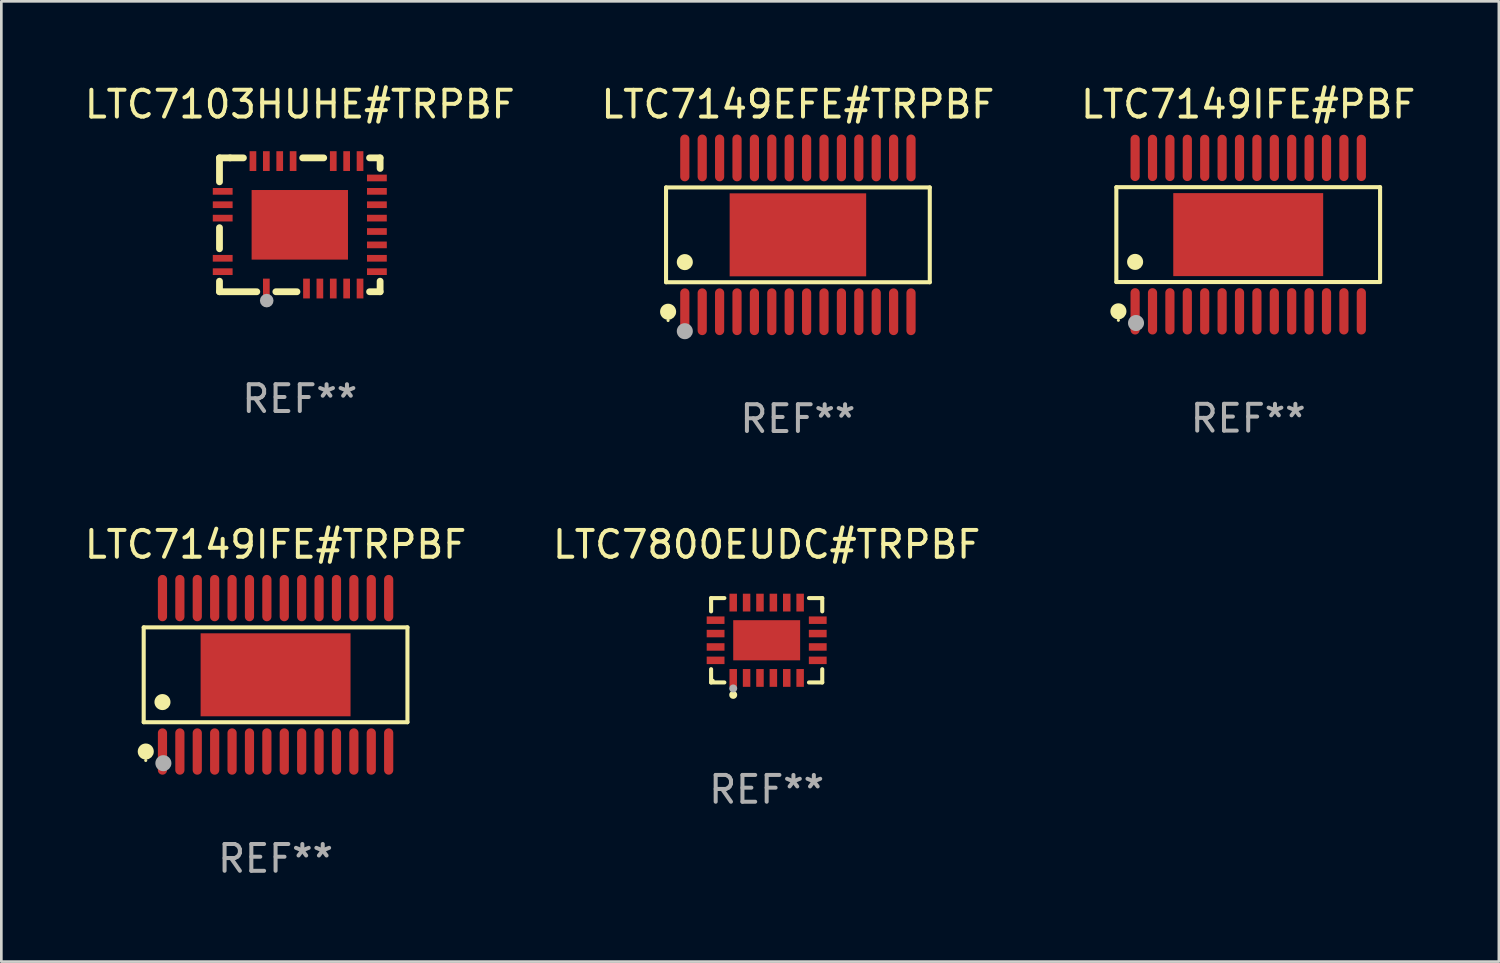
<source format=kicad_pcb>
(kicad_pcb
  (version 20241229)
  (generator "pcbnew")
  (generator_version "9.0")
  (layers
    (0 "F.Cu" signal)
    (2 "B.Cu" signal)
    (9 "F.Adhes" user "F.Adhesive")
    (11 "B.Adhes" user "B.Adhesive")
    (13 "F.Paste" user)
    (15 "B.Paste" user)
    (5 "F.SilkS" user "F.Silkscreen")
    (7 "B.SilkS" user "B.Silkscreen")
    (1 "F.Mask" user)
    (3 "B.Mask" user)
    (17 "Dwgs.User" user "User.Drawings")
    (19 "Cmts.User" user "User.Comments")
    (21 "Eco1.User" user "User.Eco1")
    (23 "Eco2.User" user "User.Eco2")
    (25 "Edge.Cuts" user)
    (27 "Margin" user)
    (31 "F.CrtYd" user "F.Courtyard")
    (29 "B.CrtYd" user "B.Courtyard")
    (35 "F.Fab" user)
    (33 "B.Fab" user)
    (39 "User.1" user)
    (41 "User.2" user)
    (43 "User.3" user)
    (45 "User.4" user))
  (footprint "LTC7149IFE#PBF"
    (layer "F.Cu")
    (at 43.577 5.714)
    (property "Reference" "LTC7149IFE#PBF" (at 0 -4.866 0) (layer "F.SilkS") (effects (font (size 1 1) (thickness 0.15))))
    (attr through_hole)
    (fp_line (start -4.926 -1.772) (end 4.926 -1.772) (stroke (width 0.152) (type solid)) (layer "F.SilkS"))
    (fp_line (start -4.926 1.771) (end -4.926 -1.772) (stroke (width 0.152) (type solid)) (layer "F.SilkS"))
    (fp_line (start 4.926 -1.772) (end 4.926 1.771) (stroke (width 0.152) (type solid)) (layer "F.SilkS"))
    (fp_line (start 4.926 1.771) (end -4.926 1.771) (stroke (width 0.152) (type solid)) (layer "F.SilkS"))
    (fp_circle (center -4.85 3.2) (end -4.82 3.2) (stroke (width 0.06) (type solid)) (fill no) (layer "F.SilkS"))
    (fp_circle (center -4.849 2.866) (end -4.699 2.866) (stroke (width 0.3) (type solid)) (fill no) (layer "F.SilkS"))
    (fp_circle (center -4.225 1.019) (end -4.075 1.019) (stroke (width 0.3) (type solid)) (fill no) (layer "F.SilkS"))
    (fp_circle (center -4.191 3.302) (end -4.041 3.302) (stroke (width 0.3) (type solid)) (fill no) (layer "F.Fab"))
    (fp_text user "REF**" (at 0 6.866 0) (layer "F.Fab") (effects (font (size 1 1) (thickness 0.15))))
    (pad "1" smd oval (at -4.225 2.866) (size 0.343 1.731) (layers "F.Cu" "F.Mask" "F.Paste"))
    (pad "2" smd oval (at -3.575 2.866) (size 0.343 1.731) (layers "F.Cu" "F.Mask" "F.Paste"))
    (pad "3" smd oval (at -2.925 2.866) (size 0.343 1.731) (layers "F.Cu" "F.Mask" "F.Paste"))
    (pad "4" smd oval (at -2.275 2.866) (size 0.343 1.731) (layers "F.Cu" "F.Mask" "F.Paste"))
    (pad "5" smd oval (at -1.625 2.866) (size 0.343 1.731) (layers "F.Cu" "F.Mask" "F.Paste"))
    (pad "6" smd oval (at -0.975 2.866) (size 0.343 1.731) (layers "F.Cu" "F.Mask" "F.Paste"))
    (pad "7" smd oval (at -0.325 2.866) (size 0.343 1.731) (layers "F.Cu" "F.Mask" "F.Paste"))
    (pad "8" smd oval (at 0.325 2.866) (size 0.343 1.731) (layers "F.Cu" "F.Mask" "F.Paste"))
    (pad "9" smd oval (at 0.975 2.866) (size 0.343 1.731) (layers "F.Cu" "F.Mask" "F.Paste"))
    (pad "10" smd oval (at 1.625 2.866) (size 0.343 1.731) (layers "F.Cu" "F.Mask" "F.Paste"))
    (pad "11" smd oval (at 2.275 2.866) (size 0.343 1.731) (layers "F.Cu" "F.Mask" "F.Paste"))
    (pad "12" smd oval (at 2.925 2.866) (size 0.343 1.731) (layers "F.Cu" "F.Mask" "F.Paste"))
    (pad "13" smd oval (at 3.575 2.866) (size 0.343 1.731) (layers "F.Cu" "F.Mask" "F.Paste"))
    (pad "14" smd oval (at 4.225 2.866) (size 0.343 1.731) (layers "F.Cu" "F.Mask" "F.Paste"))
    (pad "15" smd oval (at 4.225 -2.866) (size 0.343 1.731) (layers "F.Cu" "F.Mask" "F.Paste"))
    (pad "16" smd oval (at 3.575 -2.866) (size 0.343 1.731) (layers "F.Cu" "F.Mask" "F.Paste"))
    (pad "17" smd oval (at 2.925 -2.866) (size 0.343 1.731) (layers "F.Cu" "F.Mask" "F.Paste"))
    (pad "18" smd oval (at 2.275 -2.866) (size 0.343 1.731) (layers "F.Cu" "F.Mask" "F.Paste"))
    (pad "19" smd oval (at 1.625 -2.866) (size 0.343 1.731) (layers "F.Cu" "F.Mask" "F.Paste"))
    (pad "20" smd oval (at 0.975 -2.866) (size 0.343 1.731) (layers "F.Cu" "F.Mask" "F.Paste"))
    (pad "21" smd oval (at 0.325 -2.866) (size 0.343 1.731) (layers "F.Cu" "F.Mask" "F.Paste"))
    (pad "22" smd oval (at -0.325 -2.866) (size 0.343 1.731) (layers "F.Cu" "F.Mask" "F.Paste"))
    (pad "23" smd oval (at -0.975 -2.866) (size 0.343 1.731) (layers "F.Cu" "F.Mask" "F.Paste"))
    (pad "24" smd oval (at -1.625 -2.866) (size 0.343 1.731) (layers "F.Cu" "F.Mask" "F.Paste"))
    (pad "25" smd oval (at -2.275 -2.866) (size 0.343 1.731) (layers "F.Cu" "F.Mask" "F.Paste"))
    (pad "26" smd oval (at -2.925 -2.866) (size 0.343 1.731) (layers "F.Cu" "F.Mask" "F.Paste"))
    (pad "27" smd oval (at -3.575 -2.866) (size 0.343 1.731) (layers "F.Cu" "F.Mask" "F.Paste"))
    (pad "28" smd oval (at -4.225 -2.866) (size 0.343 1.731) (layers "F.Cu" "F.Mask" "F.Paste"))
    (pad "29" smd rect (at 0 0.000127) (size 5.6 3.1) (layers "F.Cu" "F.Mask" "F.Paste")))
  (footprint "LTC7800EUDC#TRPBF"
    (layer "F.Cu")
    (at 25.589 20.867)
    (property "Reference" "LTC7800EUDC#TRPBF" (at 0 -3.576 0) (layer "F.SilkS") (effects (font (size 1 1) (thickness 0.15))))
    (attr through_hole)
    (fp_line (start -2.076 -1.576) (end -1.58 -1.576) (stroke (width 0.152) (type solid)) (layer "F.SilkS"))
    (fp_line (start -2.076 -1.08) (end -2.076 -1.576) (stroke (width 0.152) (type solid)) (layer "F.SilkS"))
    (fp_line (start -2.076 1.08) (end -2.076 1.576) (stroke (width 0.152) (type solid)) (layer "F.SilkS"))
    (fp_line (start -2.076 1.576) (end -1.58 1.576) (stroke (width 0.152) (type solid)) (layer "F.SilkS"))
    (fp_line (start 2.076 -1.576) (end 1.58 -1.576) (stroke (width 0.152) (type solid)) (layer "F.SilkS"))
    (fp_line (start 2.076 -1.08) (end 2.076 -1.576) (stroke (width 0.152) (type solid)) (layer "F.SilkS"))
    (fp_line (start 2.076 1.08) (end 2.076 1.576) (stroke (width 0.152) (type solid)) (layer "F.SilkS"))
    (fp_line (start 2.076 1.576) (end 1.58 1.576) (stroke (width 0.152) (type solid)) (layer "F.SilkS"))
    (fp_circle (center -2 1.5) (end -1.97 1.5) (stroke (width 0.06) (type solid)) (fill no) (layer "F.SilkS"))
    (fp_circle (center -1.25 2.04) (end -1.175 2.04) (stroke (width 0.15) (type solid)) (fill no) (layer "F.SilkS"))
    (fp_circle (center -1.25 1.8) (end -1.175 1.8) (stroke (width 0.15) (type solid)) (fill no) (layer "F.Fab"))
    (fp_text user "REF**" (at 0 5.576 0) (layer "F.Fab") (effects (font (size 1 1) (thickness 0.15))))
    (pad "1" smd rect (at -1.25 1.407) (size 0.28 0.665) (layers "F.Cu" "F.Mask" "F.Paste"))
    (pad "2" smd rect (at -0.75 1.407) (size 0.28 0.665) (layers "F.Cu" "F.Mask" "F.Paste"))
    (pad "3" smd rect (at -0.25 1.407) (size 0.28 0.665) (layers "F.Cu" "F.Mask" "F.Paste"))
    (pad "4" smd rect (at 0.25 1.407) (size 0.28 0.665) (layers "F.Cu" "F.Mask" "F.Paste"))
    (pad "5" smd rect (at 0.75 1.407) (size 0.28 0.665) (layers "F.Cu" "F.Mask" "F.Paste"))
    (pad "6" smd rect (at 1.25 1.407) (size 0.28 0.665) (layers "F.Cu" "F.Mask" "F.Paste"))
    (pad "7" smd rect (at 1.908 0.75) (size 0.665 0.28) (layers "F.Cu" "F.Mask" "F.Paste"))
    (pad "8" smd rect (at 1.908 0.25) (size 0.665 0.28) (layers "F.Cu" "F.Mask" "F.Paste"))
    (pad "9" smd rect (at 1.908 -0.25) (size 0.665 0.28) (layers "F.Cu" "F.Mask" "F.Paste"))
    (pad "10" smd rect (at 1.908 -0.75) (size 0.665 0.28) (layers "F.Cu" "F.Mask" "F.Paste"))
    (pad "11" smd rect (at 1.25 -1.407) (size 0.28 0.665) (layers "F.Cu" "F.Mask" "F.Paste"))
    (pad "12" smd rect (at 0.75 -1.407) (size 0.28 0.665) (layers "F.Cu" "F.Mask" "F.Paste"))
    (pad "13" smd rect (at 0.25 -1.407) (size 0.28 0.665) (layers "F.Cu" "F.Mask" "F.Paste"))
    (pad "14" smd rect (at -0.25 -1.407) (size 0.28 0.665) (layers "F.Cu" "F.Mask" "F.Paste"))
    (pad "15" smd rect (at -0.75 -1.407) (size 0.28 0.665) (layers "F.Cu" "F.Mask" "F.Paste"))
    (pad "16" smd rect (at -1.25 -1.407) (size 0.28 0.665) (layers "F.Cu" "F.Mask" "F.Paste"))
    (pad "17" smd rect (at -1.908 -0.75) (size 0.665 0.28) (layers "F.Cu" "F.Mask" "F.Paste"))
    (pad "18" smd rect (at -1.908 -0.25) (size 0.665 0.28) (layers "F.Cu" "F.Mask" "F.Paste"))
    (pad "19" smd rect (at -1.908 0.25) (size 0.665 0.28) (layers "F.Cu" "F.Mask" "F.Paste"))
    (pad "20" smd rect (at -1.908 0.75) (size 0.665 0.28) (layers "F.Cu" "F.Mask" "F.Paste"))
    (pad "21" smd rect (at 0 0) (size 2.5 1.5) (layers "F.Cu" "F.Mask" "F.Paste")))
  (footprint "LTC7149IFE#TRPBF"
    (layer "F.Cu")
    (at 7.244 22.157)
    (property "Reference" "LTC7149IFE#TRPBF" (at 0 -4.866 0) (layer "F.SilkS") (effects (font (size 1 1) (thickness 0.15))))
    (attr through_hole)
    (fp_line (start -4.926 -1.772) (end 4.926 -1.772) (stroke (width 0.152) (type solid)) (layer "F.SilkS"))
    (fp_line (start -4.926 1.771) (end -4.926 -1.772) (stroke (width 0.152) (type solid)) (layer "F.SilkS"))
    (fp_line (start 4.926 -1.772) (end 4.926 1.771) (stroke (width 0.152) (type solid)) (layer "F.SilkS"))
    (fp_line (start 4.926 1.771) (end -4.926 1.771) (stroke (width 0.152) (type solid)) (layer "F.SilkS"))
    (fp_circle (center -4.85 3.2) (end -4.82 3.2) (stroke (width 0.06) (type solid)) (fill no) (layer "F.SilkS"))
    (fp_circle (center -4.849 2.866) (end -4.699 2.866) (stroke (width 0.3) (type solid)) (fill no) (layer "F.SilkS"))
    (fp_circle (center -4.225 1.019) (end -4.075 1.019) (stroke (width 0.3) (type solid)) (fill no) (layer "F.SilkS"))
    (fp_circle (center -4.191 3.302) (end -4.041 3.302) (stroke (width 0.3) (type solid)) (fill no) (layer "F.Fab"))
    (fp_text user "REF**" (at 0 6.866 0) (layer "F.Fab") (effects (font (size 1 1) (thickness 0.15))))
    (pad "1" smd oval (at -4.225 2.866) (size 0.343 1.731) (layers "F.Cu" "F.Mask" "F.Paste"))
    (pad "2" smd oval (at -3.575 2.866) (size 0.343 1.731) (layers "F.Cu" "F.Mask" "F.Paste"))
    (pad "3" smd oval (at -2.925 2.866) (size 0.343 1.731) (layers "F.Cu" "F.Mask" "F.Paste"))
    (pad "4" smd oval (at -2.275 2.866) (size 0.343 1.731) (layers "F.Cu" "F.Mask" "F.Paste"))
    (pad "5" smd oval (at -1.625 2.866) (size 0.343 1.731) (layers "F.Cu" "F.Mask" "F.Paste"))
    (pad "6" smd oval (at -0.975 2.866) (size 0.343 1.731) (layers "F.Cu" "F.Mask" "F.Paste"))
    (pad "7" smd oval (at -0.325 2.866) (size 0.343 1.731) (layers "F.Cu" "F.Mask" "F.Paste"))
    (pad "8" smd oval (at 0.325 2.866) (size 0.343 1.731) (layers "F.Cu" "F.Mask" "F.Paste"))
    (pad "9" smd oval (at 0.975 2.866) (size 0.343 1.731) (layers "F.Cu" "F.Mask" "F.Paste"))
    (pad "10" smd oval (at 1.625 2.866) (size 0.343 1.731) (layers "F.Cu" "F.Mask" "F.Paste"))
    (pad "11" smd oval (at 2.275 2.866) (size 0.343 1.731) (layers "F.Cu" "F.Mask" "F.Paste"))
    (pad "12" smd oval (at 2.925 2.866) (size 0.343 1.731) (layers "F.Cu" "F.Mask" "F.Paste"))
    (pad "13" smd oval (at 3.575 2.866) (size 0.343 1.731) (layers "F.Cu" "F.Mask" "F.Paste"))
    (pad "14" smd oval (at 4.225 2.866) (size 0.343 1.731) (layers "F.Cu" "F.Mask" "F.Paste"))
    (pad "15" smd oval (at 4.225 -2.866) (size 0.343 1.731) (layers "F.Cu" "F.Mask" "F.Paste"))
    (pad "16" smd oval (at 3.575 -2.866) (size 0.343 1.731) (layers "F.Cu" "F.Mask" "F.Paste"))
    (pad "17" smd oval (at 2.925 -2.866) (size 0.343 1.731) (layers "F.Cu" "F.Mask" "F.Paste"))
    (pad "18" smd oval (at 2.275 -2.866) (size 0.343 1.731) (layers "F.Cu" "F.Mask" "F.Paste"))
    (pad "19" smd oval (at 1.625 -2.866) (size 0.343 1.731) (layers "F.Cu" "F.Mask" "F.Paste"))
    (pad "20" smd oval (at 0.975 -2.866) (size 0.343 1.731) (layers "F.Cu" "F.Mask" "F.Paste"))
    (pad "21" smd oval (at 0.325 -2.866) (size 0.343 1.731) (layers "F.Cu" "F.Mask" "F.Paste"))
    (pad "22" smd oval (at -0.325 -2.866) (size 0.343 1.731) (layers "F.Cu" "F.Mask" "F.Paste"))
    (pad "23" smd oval (at -0.975 -2.866) (size 0.343 1.731) (layers "F.Cu" "F.Mask" "F.Paste"))
    (pad "24" smd oval (at -1.625 -2.866) (size 0.343 1.731) (layers "F.Cu" "F.Mask" "F.Paste"))
    (pad "25" smd oval (at -2.275 -2.866) (size 0.343 1.731) (layers "F.Cu" "F.Mask" "F.Paste"))
    (pad "26" smd oval (at -2.925 -2.866) (size 0.343 1.731) (layers "F.Cu" "F.Mask" "F.Paste"))
    (pad "27" smd oval (at -3.575 -2.866) (size 0.343 1.731) (layers "F.Cu" "F.Mask" "F.Paste"))
    (pad "28" smd oval (at -4.225 -2.866) (size 0.343 1.731) (layers "F.Cu" "F.Mask" "F.Paste"))
    (pad "29" smd rect (at 0 0.000127) (size 5.6 3.1) (layers "F.Cu" "F.Mask" "F.Paste")))
  (footprint "LTC7149EFE#TRPBF"
    (layer "F.Cu")
    (at 26.756 5.722)
    (property "Reference" "LTC7149EFE#TRPBF" (at 0 -4.873 0) (layer "F.SilkS") (effects (font (size 1 1) (thickness 0.15))))
    (attr through_hole)
    (fp_line (start -4.926 -1.771) (end 4.926 -1.771) (stroke (width 0.152) (type solid)) (layer "F.SilkS"))
    (fp_line (start -4.926 1.771) (end -4.926 -1.771) (stroke (width 0.152) (type solid)) (layer "F.SilkS"))
    (fp_line (start 4.926 -1.771) (end 4.926 1.771) (stroke (width 0.152) (type solid)) (layer "F.SilkS"))
    (fp_line (start 4.926 1.771) (end -4.926 1.771) (stroke (width 0.152) (type solid)) (layer "F.SilkS"))
    (fp_circle (center -4.85 3.2) (end -4.82 3.2) (stroke (width 0.06) (type solid)) (fill no) (layer "F.SilkS"))
    (fp_circle (center -4.849 2.873) (end -4.699 2.873) (stroke (width 0.3) (type solid)) (fill no) (layer "F.SilkS"))
    (fp_circle (center -4.225 1.019) (end -4.075 1.019) (stroke (width 0.3) (type solid)) (fill no) (layer "F.SilkS"))
    (fp_circle (center -4.225 3.6) (end -4.075 3.6) (stroke (width 0.3) (type solid)) (fill no) (layer "F.Fab"))
    (fp_text user "REF**" (at 0 6.873 0) (layer "F.Fab") (effects (font (size 1 1) (thickness 0.15))))
    (pad "1" smd oval (at -4.225 2.873) (size 0.343 1.747) (layers "F.Cu" "F.Mask" "F.Paste"))
    (pad "2" smd oval (at -3.575 2.873) (size 0.343 1.747) (layers "F.Cu" "F.Mask" "F.Paste"))
    (pad "3" smd oval (at -2.925 2.873) (size 0.343 1.747) (layers "F.Cu" "F.Mask" "F.Paste"))
    (pad "4" smd oval (at -2.275 2.873) (size 0.343 1.747) (layers "F.Cu" "F.Mask" "F.Paste"))
    (pad "5" smd oval (at -1.625 2.873) (size 0.343 1.747) (layers "F.Cu" "F.Mask" "F.Paste"))
    (pad "6" smd oval (at -0.975 2.873) (size 0.343 1.747) (layers "F.Cu" "F.Mask" "F.Paste"))
    (pad "7" smd oval (at -0.325 2.873) (size 0.343 1.747) (layers "F.Cu" "F.Mask" "F.Paste"))
    (pad "8" smd oval (at 0.325 2.873) (size 0.343 1.747) (layers "F.Cu" "F.Mask" "F.Paste"))
    (pad "9" smd oval (at 0.975 2.873) (size 0.343 1.747) (layers "F.Cu" "F.Mask" "F.Paste"))
    (pad "10" smd oval (at 1.625 2.873) (size 0.343 1.747) (layers "F.Cu" "F.Mask" "F.Paste"))
    (pad "11" smd oval (at 2.275 2.873) (size 0.343 1.747) (layers "F.Cu" "F.Mask" "F.Paste"))
    (pad "12" smd oval (at 2.925 2.873) (size 0.343 1.747) (layers "F.Cu" "F.Mask" "F.Paste"))
    (pad "13" smd oval (at 3.575 2.873) (size 0.343 1.747) (layers "F.Cu" "F.Mask" "F.Paste"))
    (pad "14" smd oval (at 4.225 2.873) (size 0.343 1.747) (layers "F.Cu" "F.Mask" "F.Paste"))
    (pad "15" smd oval (at 4.225 -2.873) (size 0.343 1.747) (layers "F.Cu" "F.Mask" "F.Paste"))
    (pad "16" smd oval (at 3.575 -2.873) (size 0.343 1.747) (layers "F.Cu" "F.Mask" "F.Paste"))
    (pad "17" smd oval (at 2.925 -2.873) (size 0.343 1.747) (layers "F.Cu" "F.Mask" "F.Paste"))
    (pad "18" smd oval (at 2.275 -2.873) (size 0.343 1.747) (layers "F.Cu" "F.Mask" "F.Paste"))
    (pad "19" smd oval (at 1.625 -2.873) (size 0.343 1.747) (layers "F.Cu" "F.Mask" "F.Paste"))
    (pad "20" smd oval (at 0.975 -2.873) (size 0.343 1.747) (layers "F.Cu" "F.Mask" "F.Paste"))
    (pad "21" smd oval (at 0.325 -2.873) (size 0.343 1.747) (layers "F.Cu" "F.Mask" "F.Paste"))
    (pad "22" smd oval (at -0.325 -2.873) (size 0.343 1.747) (layers "F.Cu" "F.Mask" "F.Paste"))
    (pad "23" smd oval (at -0.975 -2.873) (size 0.343 1.747) (layers "F.Cu" "F.Mask" "F.Paste"))
    (pad "24" smd oval (at -1.625 -2.873) (size 0.343 1.747) (layers "F.Cu" "F.Mask" "F.Paste"))
    (pad "25" smd oval (at -2.275 -2.873) (size 0.343 1.747) (layers "F.Cu" "F.Mask" "F.Paste"))
    (pad "26" smd oval (at -2.925 -2.873) (size 0.343 1.747) (layers "F.Cu" "F.Mask" "F.Paste"))
    (pad "27" smd oval (at -3.575 -2.873) (size 0.343 1.747) (layers "F.Cu" "F.Mask" "F.Paste"))
    (pad "28" smd oval (at -4.225 -2.873) (size 0.343 1.747) (layers "F.Cu" "F.Mask" "F.Paste"))
    (pad "29" smd rect (at 0 0) (size 5.1 3.1) (layers "F.Cu" "F.Mask" "F.Paste")))
  (footprint "LTC7103HUHE#TRPBF"
    (layer "F.Cu")
    (at 8.149 5.348)
    (property "Reference" "LTC7103HUHE#TRPBF" (at 0 -4.5 0) (layer "F.SilkS") (effects (font (size 1 1) (thickness 0.15))))
    (attr through_hole)
    (fp_line (start -3 -2.5) (end -3 -1.606) (stroke (width 0.254) (type solid)) (layer "F.SilkS"))
    (fp_line (start -3 0.106) (end -3 0.894) (stroke (width 0.254) (type solid)) (layer "F.SilkS"))
    (fp_line (start -3 2.106) (end -3 2.5) (stroke (width 0.254) (type solid)) (layer "F.SilkS"))
    (fp_line (start -3 2.5) (end -1.606 2.5) (stroke (width 0.254) (type solid)) (layer "F.SilkS"))
    (fp_line (start -2.606 -2.5) (end -3 -2.5) (stroke (width 0.254) (type solid)) (layer "F.SilkS"))
    (fp_line (start -2.606 -2.5) (end -2.106 -2.5) (stroke (width 0.254) (type solid)) (layer "F.SilkS"))
    (fp_line (start -0.894 2.5) (end -0.106 2.5) (stroke (width 0.254) (type solid)) (layer "F.SilkS"))
    (fp_line (start 0.894 -2.5) (end 0.106 -2.5) (stroke (width 0.254) (type solid)) (layer "F.SilkS"))
    (fp_line (start 2.606 2.5) (end 3 2.5) (stroke (width 0.254) (type solid)) (layer "F.SilkS"))
    (fp_line (start 3 -2.5) (end 2.606 -2.5) (stroke (width 0.254) (type solid)) (layer "F.SilkS"))
    (fp_line (start 3 -2.106) (end 3 -2.5) (stroke (width 0.254) (type solid)) (layer "F.SilkS"))
    (fp_line (start 3 2.5) (end 3 2.106) (stroke (width 0.254) (type solid)) (layer "F.SilkS"))
    (fp_circle (center -3.006 2.503) (end -2.976 2.503) (stroke (width 0.06) (type solid)) (fill no) (layer "F.SilkS"))
    (fp_circle (center -1.236 2.831) (end -1.109 2.831) (stroke (width 0.254) (type solid)) (fill no) (layer "F.Fab"))
    (fp_text user "REF**" (at 0 6.5 0) (layer "F.Fab") (effects (font (size 1 1) (thickness 0.15))))
    (pad "3" smd rect (at -1.25 2.38) (size 0.25 0.74) (layers "F.Cu" "F.Mask" "F.Paste"))
    (pad "6" smd rect (at 0.25 2.38) (size 0.25 0.74) (layers "F.Cu" "F.Mask" "F.Paste"))
    (pad "7" smd rect (at 0.75 2.38) (size 0.25 0.74) (layers "F.Cu" "F.Mask" "F.Paste"))
    (pad "8" smd rect (at 1.25 2.38) (size 0.25 0.74) (layers "F.Cu" "F.Mask" "F.Paste"))
    (pad "9" smd rect (at 1.75 2.38) (size 0.25 0.74) (layers "F.Cu" "F.Mask" "F.Paste"))
    (pad "10" smd rect (at 2.25 2.38) (size 0.25 0.74) (layers "F.Cu" "F.Mask" "F.Paste"))
    (pad "11" smd rect (at 2.88 1.75 90) (size 0.25 0.74) (layers "F.Cu" "F.Mask" "F.Paste"))
    (pad "12" smd rect (at 2.88 1.25 90) (size 0.25 0.74) (layers "F.Cu" "F.Mask" "F.Paste"))
    (pad "13" smd rect (at 2.88 0.75 90) (size 0.25 0.74) (layers "F.Cu" "F.Mask" "F.Paste"))
    (pad "14" smd rect (at 2.88 0.25 90) (size 0.25 0.74) (layers "F.Cu" "F.Mask" "F.Paste"))
    (pad "15" smd rect (at 2.88 -0.25 90) (size 0.25 0.74) (layers "F.Cu" "F.Mask" "F.Paste"))
    (pad "16" smd rect (at 2.88 -0.75 90) (size 0.25 0.74) (layers "F.Cu" "F.Mask" "F.Paste"))
    (pad "17" smd rect (at 2.88 -1.25 90) (size 0.25 0.74) (layers "F.Cu" "F.Mask" "F.Paste"))
    (pad "18" smd rect (at 2.88 -1.75 90) (size 0.25 0.74) (layers "F.Cu" "F.Mask" "F.Paste"))
    (pad "19" smd rect (at 2.25 -2.38 180) (size 0.25 0.74) (layers "F.Cu" "F.Mask" "F.Paste"))
    (pad "20" smd rect (at 1.75 -2.38 180) (size 0.25 0.74) (layers "F.Cu" "F.Mask" "F.Paste"))
    (pad "21" smd rect (at 1.25 -2.38 180) (size 0.25 0.74) (layers "F.Cu" "F.Mask" "F.Paste"))
    (pad "24" smd rect (at -0.25 -2.38 180) (size 0.25 0.74) (layers "F.Cu" "F.Mask" "F.Paste"))
    (pad "25" smd rect (at -0.75 -2.38 180) (size 0.25 0.74) (layers "F.Cu" "F.Mask" "F.Paste"))
    (pad "26" smd rect (at -1.25 -2.38 180) (size 0.25 0.74) (layers "F.Cu" "F.Mask" "F.Paste"))
    (pad "27" smd rect (at -1.75 -2.38 180) (size 0.25 0.74) (layers "F.Cu" "F.Mask" "F.Paste"))
    (pad "30" smd rect (at -2.88 -1.25 270) (size 0.25 0.74) (layers "F.Cu" "F.Mask" "F.Paste"))
    (pad "31" smd rect (at -2.88 -0.75 270) (size 0.25 0.74) (layers "F.Cu" "F.Mask" "F.Paste"))
    (pad "32" smd rect (at -2.88 -0.25 270) (size 0.25 0.74) (layers "F.Cu" "F.Mask" "F.Paste"))
    (pad "35" smd rect (at -2.88 1.25 270) (size 0.25 0.74) (layers "F.Cu" "F.Mask" "F.Paste"))
    (pad "36" smd rect (at -2.88 1.75 270) (size 0.25 0.74) (layers "F.Cu" "F.Mask" "F.Paste"))
    (pad "37" smd rect (at -0.000025 -0.000038 270) (size 2.6 3.6) (layers "F.Cu" "F.Mask" "F.Paste")))
  (gr_rect
    (start -3 -3)
    (end 52.94 32.871)
    (stroke (width 0.1) (type default))
    (fill no)
    (layer "Edge.Cuts")))
</source>
